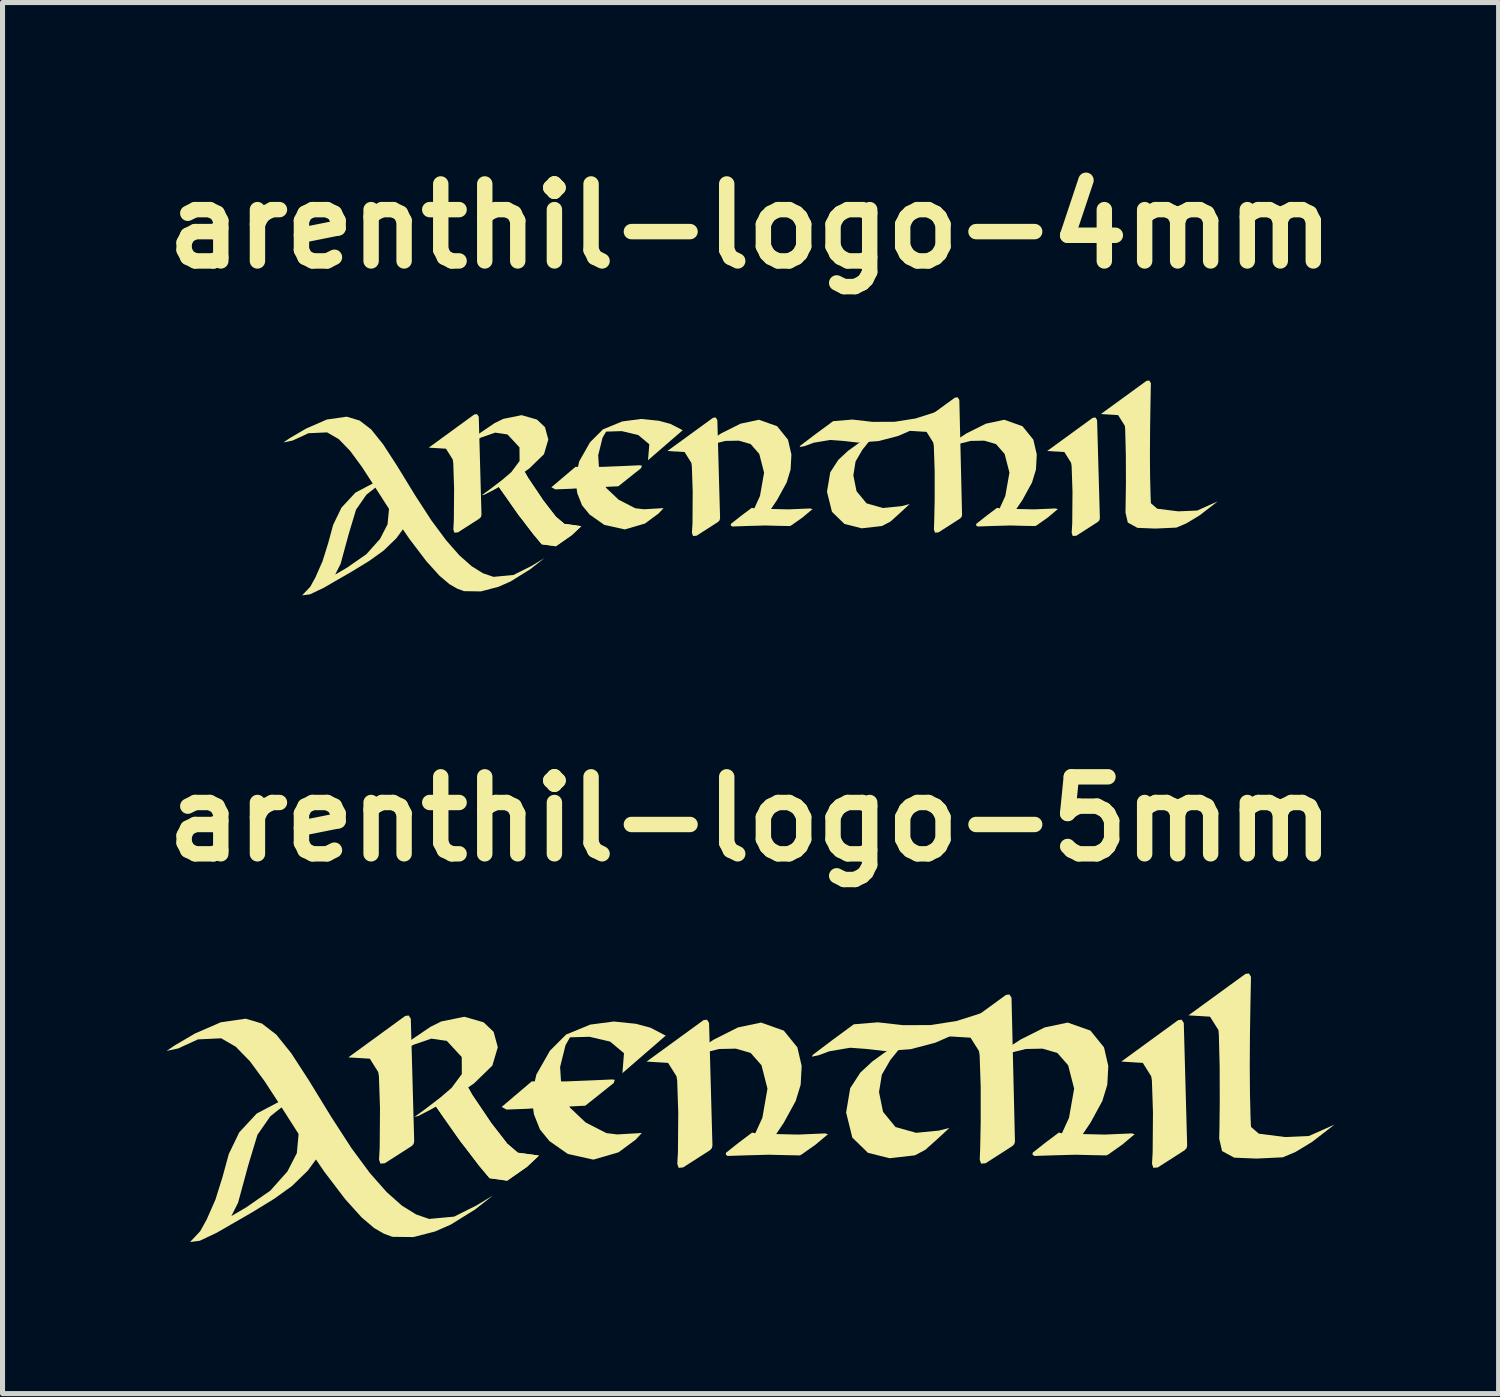
<source format=kicad_pcb>
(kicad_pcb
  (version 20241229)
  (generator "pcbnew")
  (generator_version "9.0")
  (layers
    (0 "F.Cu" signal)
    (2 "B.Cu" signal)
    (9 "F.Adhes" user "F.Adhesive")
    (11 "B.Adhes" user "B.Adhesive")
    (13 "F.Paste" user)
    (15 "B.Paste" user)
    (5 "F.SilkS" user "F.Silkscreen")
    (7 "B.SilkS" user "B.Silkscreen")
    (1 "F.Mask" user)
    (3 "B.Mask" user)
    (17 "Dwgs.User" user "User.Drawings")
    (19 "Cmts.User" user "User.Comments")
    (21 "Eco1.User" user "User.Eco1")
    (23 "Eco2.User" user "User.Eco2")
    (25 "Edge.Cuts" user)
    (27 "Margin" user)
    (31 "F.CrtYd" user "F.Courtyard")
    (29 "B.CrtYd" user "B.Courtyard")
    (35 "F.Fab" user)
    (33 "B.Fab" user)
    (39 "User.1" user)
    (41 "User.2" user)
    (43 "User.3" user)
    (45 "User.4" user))
  (footprint "arenthil-logo-4mm"
    (layer "F.Cu")
    (at 11.807 6.627)
    (property "Reference" "arenthil-logo-4mm" (at 0 -5.201 0) (layer "F.SilkS") (effects (font (size 1.524 1.524) (thickness 0.305))))
    (attr exclude_from_pos_files exclude_from_bom)
    (fp_poly (pts (xy -3.465 -0.436) (xy -3.942 -0.032) (xy -3.864 0.01) (xy -3.547 -0.002) (xy -3.177 -0.026) (xy -2.851 -0.04) (xy -2.617 -0.051) (xy -2.168 -0.409) (xy -2.15 -0.46) (xy -2.195 -0.467) (xy -2.5 -0.453) (xy -2.916 -0.436) (xy -3.247 -0.435) (xy -3.465 -0.436)) (stroke (width 0) (type solid)) (fill yes) (layer "F.SilkS"))
    (fp_poly (pts (xy -6.37 -0.816) (xy -5.468 -1.473) (xy -5.413 -1.479) (xy -5.38 -1.427) (xy -5.326 0.513) (xy -5.336 0.556) (xy -5.366 0.588) (xy -5.792 0.861) (xy -5.863 0.867) (xy -5.883 0.803) (xy -5.873 0.615) (xy -5.868 -0.012) (xy -5.885 -0.517) (xy -5.896 -0.583) (xy -6.029 -0.795) (xy -6.37 -0.816)) (stroke (width 0) (type solid)) (fill yes) (layer "F.SilkS"))
    (fp_poly (pts (xy -4.493 -0.375) (xy -4.404 -0.22) (xy -4.102 0.23) (xy -3.853 0.551) (xy -3.686 0.693) (xy -3.351 0.739) (xy -3.539 0.916) (xy -3.854 1.136) (xy -4.133 1.097) (xy -4.301 0.896) (xy -4.528 0.598) (xy -4.588 0.523) (xy -4.65 0.435) (xy -4.869 0.122) (xy -4.998 -0.061) (xy -4.493 -0.375)) (stroke (width 0) (type solid)) (fill yes) (layer "F.SilkS"))
    (fp_poly (pts (xy -4.493 -0.375) (xy -4.404 -0.22) (xy -4.102 0.23) (xy -3.853 0.551) (xy -3.686 0.693) (xy -3.351 0.739) (xy -3.539 0.916) (xy -3.854 1.136) (xy -4.133 1.097) (xy -4.301 0.896) (xy -4.528 0.598) (xy -4.588 0.523) (xy -4.65 0.435) (xy -4.869 0.122) (xy -4.998 -0.061) (xy -4.493 -0.375)) (stroke (width 0) (type solid)) (fill yes) (layer "F.SilkS"))
    (fp_poly (pts (xy -1.647 -0.749) (xy -0.744 -1.406) (xy -0.689 -1.413) (xy -0.657 -1.361) (xy -0.603 0.58) (xy -0.613 0.623) (xy -0.643 0.655) (xy -1.069 0.928) (xy -1.139 0.933) (xy -1.16 0.869) (xy -1.149 0.681) (xy -1.145 0.054) (xy -1.162 -0.45) (xy -1.173 -0.517) (xy -1.306 -0.729) (xy -1.647 -0.749)) (stroke (width 0) (type solid)) (fill yes) (layer "F.SilkS"))
    (fp_poly (pts (xy 5.871 -0.749) (xy 6.773 -1.406) (xy 6.828 -1.413) (xy 6.86 -1.361) (xy 6.915 0.58) (xy 6.905 0.623) (xy 6.874 0.655) (xy 6.449 0.928) (xy 6.378 0.933) (xy 6.357 0.869) (xy 6.368 0.681) (xy 6.373 0.054) (xy 6.356 -0.45) (xy 6.345 -0.517) (xy 6.212 -0.729) (xy 5.871 -0.749)) (stroke (width 0) (type solid)) (fill yes) (layer "F.SilkS"))
    (fp_poly (pts (xy 3.143 -1.149) (xy 4.046 -1.806) (xy 4.101 -1.812) (xy 4.133 -1.76) (xy 4.187 0.513) (xy 4.177 0.556) (xy 4.147 0.588) (xy 3.721 0.861) (xy 3.651 0.867) (xy 3.63 0.803) (xy 3.636 0.635) (xy 3.645 0.213) (xy 3.645 -0.345) (xy 3.628 -0.85) (xy 3.617 -0.916) (xy 3.484 -1.128) (xy 3.143 -1.149)) (stroke (width 0) (type solid)) (fill yes) (layer "F.SilkS"))
    (fp_poly (pts (xy 0.99 -0.859) (xy 1.303 -1.096) (xy 1.635 -1.34) (xy 2.015 -1.372) (xy 2.417 -1.326) (xy 2.853 -1.328) (xy 3.265 -1.393) (xy 3.695 -1.53) (xy 3.989 -1.634) (xy 3.676 -1.417) (xy 3.34 -1.23) (xy 2.927 -1.049) (xy 2.536 -0.946) (xy 2.129 -0.916) (xy 1.837 -0.949) (xy 1.577 -0.968) (xy 1.249 -0.913) (xy 1.078 -0.849) (xy 0.97 -0.827) (xy 0.99 -0.859)) (stroke (width 0) (type solid)) (fill yes) (layer "F.SilkS"))
    (fp_poly (pts (xy 2.558 -1.182) (xy 2.312 -1.028) (xy 1.929 -0.752) (xy 1.739 -0.576) (xy 1.578 -0.328) (xy 1.513 0.057) (xy 1.612 0.455) (xy 1.859 0.695) (xy 2.201 0.781) (xy 2.602 0.735) (xy 2.769 0.648) (xy 2.981 0.457) (xy 3.149 0.301) (xy 2.983 0.343) (xy 2.622 0.379) (xy 2.296 0.287) (xy 2.098 0.046) (xy 2.035 -0.267) (xy 2.079 -0.542) (xy 2.214 -0.774) (xy 2.359 -0.955) (xy 2.558 -1.182)) (stroke (width 0) (type solid)) (fill yes) (layer "F.SilkS"))
    (fp_poly (pts (xy -5.879 -0.749) (xy -5.872 -0.755) (xy -5.067 -1.301) (xy -4.896 -1.385) (xy -4.532 -1.459) (xy -4.228 -1.372) (xy -4.069 -1.221) (xy -4.003 -0.976) (xy -4.089 -0.686) (xy -4.38 -0.403) (xy -4.475 -0.337) (xy -4.76 -0.163) (xy -5.068 0.012) (xy -5.264 0.113) (xy -5.322 0.126) (xy -5.175 0.021) (xy -4.917 -0.176) (xy -4.734 -0.333) (xy -4.572 -0.552) (xy -4.574 -0.822) (xy -4.811 -1.077) (xy -5.056 -1.113) (xy -5.332 -1.017) (xy -5.697 -0.843) (xy -5.879 -0.749)) (stroke (width 0) (type solid)) (fill yes) (layer "F.SilkS"))
    (fp_poly (pts (xy 7.925 0.284) (xy 7.918 0.119) (xy 7.909 -0.249) (xy 7.906 -0.683) (xy 7.909 -1.189) (xy 7.916 -1.641) (xy 7.922 -1.967) (xy 7.925 -2.092) (xy 7.893 -2.144) (xy 7.838 -2.138) (xy 6.935 -1.481) (xy 7.276 -1.46) (xy 7.409 -1.248) (xy 7.416 -1.179) (xy 7.429 -0.672) (xy 7.431 -0.116) (xy 7.425 0.304) (xy 7.422 0.47) (xy 7.468 0.667) (xy 7.659 0.772) (xy 8.014 0.786) (xy 8.429 0.767) (xy 8.629 0.682) (xy 8.892 0.523) (xy 9.247 0.248) (xy 8.842 0.429) (xy 8.468 0.445) (xy 8.05 0.393) (xy 7.925 0.284)) (stroke (width 0) (type solid)) (fill yes) (layer "F.SilkS"))
    (fp_poly (pts (xy -3.47 -0.201) (xy -3.392 -0.543) (xy -3.177 -0.922) (xy -2.921 -1.178) (xy -2.539 -1.335) (xy -2.165 -1.384) (xy -1.815 -1.348) (xy -1.588 -1.287) (xy -1.343 -1.161) (xy -2.029 -0.567) (xy -2.004 -0.883) (xy -2.223 -1.065) (xy -2.549 -1.143) (xy -2.859 -1.133) (xy -2.93 -1.011) (xy -3.016 -0.664) (xy -2.992 -0.292) (xy -2.858 -0.019) (xy -2.611 0.215) (xy -2.284 0.383) (xy -2.112 0.404) (xy -1.721 0.381) (xy -1.821 0.488) (xy -2.091 0.687) (xy -2.489 0.803) (xy -2.893 0.714) (xy -3.185 0.509) (xy -3.335 0.326) (xy -3.43 0.087) (xy -3.47 -0.201)) (stroke (width 0) (type solid)) (fill yes) (layer "F.SilkS"))
    (fp_poly (pts (xy -6.933 -0.256) (xy -7.088 -0.228) (xy -7.441 -0.126) (xy -7.821 0.074) (xy -8.097 0.371) (xy -8.263 0.714) (xy -8.36 1.072) (xy -8.473 1.434) (xy -8.613 1.752) (xy -8.715 1.937) (xy -8.876 2.108) (xy -8.722 2.088) (xy -8.449 1.959) (xy -8.233 1.833) (xy -7.901 1.642) (xy -7.546 1.425) (xy -7.262 1.221) (xy -7.009 0.976) (xy -6.828 0.726) (xy -6.719 0.469) (xy -6.686 0.057) (xy -7.156 0.39) (xy -7.185 0.7) (xy -7.334 0.991) (xy -7.605 1.294) (xy -7.988 1.56) (xy -8.222 1.697) (xy -8.115 1.485) (xy -7.954 0.893) (xy -7.809 0.411) (xy -7.604 0.116) (xy -7.43 -0.022) (xy -7.138 -0.163) (xy -6.933 -0.256)) (stroke (width 0) (type solid)) (fill yes) (layer "F.SilkS"))
    (fp_poly (pts (xy -1.003 -0.813) (xy -0.881 -0.903) (xy -0.581 -1.099) (xy -0.199 -1.29) (xy 0.166 -1.368) (xy 0.526 -1.24) (xy 0.741 -0.974) (xy 0.809 -0.68) (xy 0.793 -0.382) (xy 0.715 -0.126) (xy 0.527 0.217) (xy 0.406 0.398) (xy 0.754 0.406) (xy 1.179 0.388) (xy 1.227 0.4) (xy 1.03 0.566) (xy 0.818 0.715) (xy 0.783 0.736) (xy 0.559 0.732) (xy 0.287 0.725) (xy -0.069 0.735) (xy -0.362 0.745) (xy -0.391 0.725) (xy -0.388 0.693) (xy -0.186 0.533) (xy 0.025 0.375) (xy 0.075 0.386) (xy 0.187 0.141) (xy 0.268 -0.321) (xy 0.173 -0.691) (xy 0.002 -0.887) (xy -0.233 -0.954) (xy -0.499 -0.949) (xy -0.812 -0.87) (xy -1.003 -0.813)) (stroke (width 0) (type solid)) (fill yes) (layer "F.SilkS"))
    (fp_poly (pts (xy 3.853 -0.813) (xy 3.975 -0.903) (xy 4.276 -1.099) (xy 4.658 -1.29) (xy 5.023 -1.368) (xy 5.383 -1.24) (xy 5.598 -0.974) (xy 5.666 -0.68) (xy 5.65 -0.382) (xy 5.572 -0.126) (xy 5.384 0.217) (xy 5.262 0.398) (xy 5.61 0.406) (xy 6.035 0.388) (xy 6.083 0.4) (xy 5.886 0.566) (xy 5.674 0.715) (xy 5.639 0.736) (xy 5.416 0.732) (xy 5.143 0.725) (xy 4.788 0.735) (xy 4.495 0.745) (xy 4.466 0.725) (xy 4.468 0.693) (xy 4.67 0.533) (xy 4.881 0.375) (xy 4.931 0.386) (xy 5.043 0.141) (xy 5.125 -0.321) (xy 5.03 -0.691) (xy 4.858 -0.887) (xy 4.624 -0.954) (xy 4.357 -0.949) (xy 4.044 -0.87) (xy 3.853 -0.813)) (stroke (width 0) (type solid)) (fill yes) (layer "F.SilkS"))
    (fp_poly (pts (xy -9.247 -0.919) (xy -9.064 -0.957) (xy -8.751 -1.101) (xy -8.382 -1.118) (xy -8.151 -0.984) (xy -7.926 -0.752) (xy -7.696 -0.439) (xy -7.451 -0.062) (xy -7.179 0.362) (xy -6.752 0.992) (xy -6.418 1.431) (xy -6.159 1.718) (xy -5.96 1.887) (xy -5.803 1.977) (xy -5.671 2.025) (xy -5.339 2.03) (xy -4.993 1.94) (xy -4.746 1.831) (xy -4.364 1.593) (xy -4.08 1.371) (xy -4.343 1.53) (xy -4.693 1.705) (xy -5.089 1.742) (xy -5.298 1.67) (xy -5.521 1.531) (xy -5.764 1.316) (xy -6.028 1.015) (xy -6.32 0.621) (xy -6.642 0.124) (xy -6.997 -0.456) (xy -7.274 -0.883) (xy -7.509 -1.176) (xy -7.738 -1.352) (xy -7.994 -1.429) (xy -8.389 -1.372) (xy -8.797 -1.194) (xy -9.118 -1.006) (xy -9.247 -0.919)) (stroke (width 0) (type solid)) (fill yes) (layer "F.SilkS")))
  (footprint "arenthil-logo-5mm"
    (layer "F.Cu")
    (at 11.807 18.901)
    (property "Reference" "arenthil-logo-5mm" (at 0 -5.739 0) (layer "F.SilkS") (effects (font (size 1.524 1.524) (thickness 0.305))))
    (attr exclude_from_pos_files exclude_from_bom)
    (fp_poly (pts (xy -4.331 -0.545) (xy -4.927 -0.039) (xy -4.83 0.013) (xy -4.434 -0.002) (xy -3.971 -0.032) (xy -3.564 -0.049) (xy -3.271 -0.064) (xy -2.71 -0.511) (xy -2.687 -0.576) (xy -2.744 -0.583) (xy -3.124 -0.566) (xy -3.645 -0.545) (xy -4.058 -0.544) (xy -4.331 -0.545)) (stroke (width 0) (type solid)) (fill yes) (layer "F.SilkS"))
    (fp_poly (pts (xy -7.962 -1.02) (xy -6.835 -1.841) (xy -6.766 -1.849) (xy -6.725 -1.784) (xy -6.658 0.641) (xy -6.67 0.695) (xy -6.708 0.735) (xy -7.24 1.076) (xy -7.328 1.083) (xy -7.354 1.004) (xy -7.341 0.768) (xy -7.335 -0.015) (xy -7.356 -0.646) (xy -7.37 -0.729) (xy -7.536 -0.994) (xy -7.962 -1.02)) (stroke (width 0) (type solid)) (fill yes) (layer "F.SilkS"))
    (fp_poly (pts (xy -5.616 -0.469) (xy -5.506 -0.274) (xy -5.127 0.287) (xy -4.816 0.688) (xy -4.607 0.867) (xy -4.189 0.924) (xy -4.424 1.145) (xy -4.818 1.42) (xy -5.166 1.371) (xy -5.376 1.12) (xy -5.66 0.747) (xy -5.734 0.654) (xy -5.812 0.544) (xy -6.087 0.153) (xy -6.247 -0.077) (xy -5.616 -0.469)) (stroke (width 0) (type solid)) (fill yes) (layer "F.SilkS"))
    (fp_poly (pts (xy -5.616 -0.469) (xy -5.506 -0.274) (xy -5.127 0.287) (xy -4.816 0.688) (xy -4.607 0.867) (xy -4.189 0.924) (xy -4.424 1.145) (xy -4.818 1.42) (xy -5.166 1.371) (xy -5.376 1.12) (xy -5.66 0.747) (xy -5.734 0.654) (xy -5.812 0.544) (xy -6.087 0.153) (xy -6.247 -0.077) (xy -5.616 -0.469)) (stroke (width 0) (type solid)) (fill yes) (layer "F.SilkS"))
    (fp_poly (pts (xy -2.058 -0.937) (xy -0.93 -1.758) (xy -0.861 -1.766) (xy -0.821 -1.701) (xy -0.754 0.725) (xy -0.766 0.778) (xy -0.804 0.818) (xy -1.336 1.159) (xy -1.424 1.166) (xy -1.45 1.087) (xy -1.437 0.851) (xy -1.431 0.068) (xy -1.452 -0.563) (xy -1.466 -0.646) (xy -1.632 -0.911) (xy -2.058 -0.937)) (stroke (width 0) (type solid)) (fill yes) (layer "F.SilkS"))
    (fp_poly (pts (xy 7.339 -0.937) (xy 8.466 -1.758) (xy 8.535 -1.766) (xy 8.576 -1.701) (xy 8.643 0.725) (xy 8.631 0.778) (xy 8.593 0.818) (xy 8.061 1.159) (xy 7.973 1.166) (xy 7.947 1.087) (xy 7.96 0.851) (xy 7.966 0.068) (xy 7.945 -0.563) (xy 7.931 -0.646) (xy 7.765 -0.911) (xy 7.339 -0.937)) (stroke (width 0) (type solid)) (fill yes) (layer "F.SilkS"))
    (fp_poly (pts (xy 3.929 -1.436) (xy 5.057 -2.257) (xy 5.126 -2.265) (xy 5.166 -2.2) (xy 5.234 0.641) (xy 5.222 0.695) (xy 5.183 0.735) (xy 4.652 1.076) (xy 4.563 1.083) (xy 4.537 1.004) (xy 4.545 0.794) (xy 4.556 0.266) (xy 4.556 -0.431) (xy 4.535 -1.062) (xy 4.522 -1.145) (xy 4.355 -1.41) (xy 3.929 -1.436)) (stroke (width 0) (type solid)) (fill yes) (layer "F.SilkS"))
    (fp_poly (pts (xy 1.237 -1.074) (xy 1.629 -1.37) (xy 2.044 -1.675) (xy 2.518 -1.714) (xy 3.021 -1.658) (xy 3.566 -1.66) (xy 4.082 -1.741) (xy 4.618 -1.912) (xy 4.986 -2.042) (xy 4.594 -1.772) (xy 4.175 -1.538) (xy 3.659 -1.311) (xy 3.17 -1.182) (xy 2.661 -1.145) (xy 2.297 -1.187) (xy 1.972 -1.211) (xy 1.561 -1.141) (xy 1.348 -1.062) (xy 1.213 -1.034) (xy 1.237 -1.074)) (stroke (width 0) (type solid)) (fill yes) (layer "F.SilkS"))
    (fp_poly (pts (xy 3.198 -1.477) (xy 2.891 -1.285) (xy 2.412 -0.94) (xy 2.174 -0.72) (xy 1.973 -0.41) (xy 1.892 0.071) (xy 2.015 0.568) (xy 2.324 0.869) (xy 2.751 0.976) (xy 3.253 0.919) (xy 3.461 0.809) (xy 3.726 0.571) (xy 3.936 0.376) (xy 3.729 0.429) (xy 3.278 0.473) (xy 2.87 0.359) (xy 2.623 0.058) (xy 2.543 -0.334) (xy 2.599 -0.677) (xy 2.767 -0.968) (xy 2.949 -1.193) (xy 3.198 -1.477)) (stroke (width 0) (type solid)) (fill yes) (layer "F.SilkS"))
    (fp_poly (pts (xy -7.349 -0.937) (xy -7.34 -0.943) (xy -6.334 -1.626) (xy -6.12 -1.732) (xy -5.665 -1.824) (xy -5.285 -1.715) (xy -5.086 -1.526) (xy -5.003 -1.221) (xy -5.111 -0.857) (xy -5.475 -0.504) (xy -5.594 -0.422) (xy -5.951 -0.204) (xy -6.335 0.015) (xy -6.58 0.141) (xy -6.653 0.158) (xy -6.469 0.026) (xy -6.147 -0.22) (xy -5.918 -0.416) (xy -5.715 -0.69) (xy -5.717 -1.027) (xy -6.013 -1.347) (xy -6.32 -1.391) (xy -6.665 -1.272) (xy -7.122 -1.054) (xy -7.349 -0.937)) (stroke (width 0) (type solid)) (fill yes) (layer "F.SilkS"))
    (fp_poly (pts (xy 9.906 0.356) (xy 9.897 0.148) (xy 9.886 -0.311) (xy 9.882 -0.854) (xy 9.886 -1.486) (xy 9.895 -2.052) (xy 9.903 -2.459) (xy 9.906 -2.616) (xy 9.866 -2.681) (xy 9.797 -2.673) (xy 8.669 -1.852) (xy 9.095 -1.826) (xy 9.262 -1.561) (xy 9.27 -1.474) (xy 9.286 -0.84) (xy 9.288 -0.145) (xy 9.282 0.38) (xy 9.277 0.588) (xy 9.334 0.834) (xy 9.574 0.965) (xy 10.017 0.983) (xy 10.537 0.958) (xy 10.786 0.853) (xy 11.115 0.654) (xy 11.559 0.311) (xy 11.053 0.536) (xy 10.585 0.557) (xy 10.062 0.491) (xy 9.906 0.356)) (stroke (width 0) (type solid)) (fill yes) (layer "F.SilkS"))
    (fp_poly (pts (xy -4.338 -0.251) (xy -4.24 -0.679) (xy -3.971 -1.152) (xy -3.651 -1.472) (xy -3.173 -1.669) (xy -2.706 -1.73) (xy -2.269 -1.685) (xy -1.985 -1.609) (xy -1.679 -1.451) (xy -2.536 -0.708) (xy -2.505 -1.103) (xy -2.779 -1.332) (xy -3.187 -1.428) (xy -3.574 -1.417) (xy -3.662 -1.263) (xy -3.77 -0.829) (xy -3.74 -0.365) (xy -3.573 -0.024) (xy -3.264 0.269) (xy -2.854 0.479) (xy -2.64 0.505) (xy -2.152 0.477) (xy -2.276 0.61) (xy -2.613 0.859) (xy -3.111 1.004) (xy -3.616 0.892) (xy -3.981 0.637) (xy -4.168 0.408) (xy -4.287 0.109) (xy -4.338 -0.251)) (stroke (width 0) (type solid)) (fill yes) (layer "F.SilkS"))
    (fp_poly (pts (xy -8.666 -0.32) (xy -8.86 -0.285) (xy -9.301 -0.158) (xy -9.776 0.092) (xy -10.121 0.464) (xy -10.328 0.893) (xy -10.45 1.34) (xy -10.591 1.792) (xy -10.766 2.19) (xy -10.894 2.421) (xy -11.095 2.635) (xy -10.903 2.61) (xy -10.561 2.448) (xy -10.291 2.292) (xy -9.876 2.053) (xy -9.432 1.781) (xy -9.078 1.527) (xy -8.762 1.22) (xy -8.535 0.907) (xy -8.399 0.586) (xy -8.357 0.071) (xy -8.945 0.487) (xy -8.981 0.875) (xy -9.168 1.239) (xy -9.506 1.618) (xy -9.985 1.95) (xy -10.277 2.121) (xy -10.144 1.856) (xy -9.943 1.116) (xy -9.761 0.513) (xy -9.505 0.145) (xy -9.288 -0.027) (xy -8.922 -0.203) (xy -8.666 -0.32)) (stroke (width 0) (type solid)) (fill yes) (layer "F.SilkS"))
    (fp_poly (pts (xy -1.254 -1.017) (xy -1.102 -1.129) (xy -0.726 -1.373) (xy -0.249 -1.613) (xy 0.208 -1.709) (xy 0.658 -1.55) (xy 0.927 -1.218) (xy 1.012 -0.85) (xy 0.992 -0.478) (xy 0.894 -0.157) (xy 0.659 0.272) (xy 0.508 0.498) (xy 0.942 0.508) (xy 1.473 0.485) (xy 1.533 0.5) (xy 1.287 0.707) (xy 1.022 0.894) (xy 0.979 0.92) (xy 0.699 0.915) (xy 0.359 0.907) (xy -0.086 0.919) (xy -0.452 0.931) (xy -0.489 0.907) (xy -0.485 0.867) (xy -0.233 0.667) (xy 0.031 0.469) (xy 0.094 0.482) (xy 0.234 0.176) (xy 0.335 -0.401) (xy 0.217 -0.864) (xy 0.003 -1.108) (xy -0.291 -1.193) (xy -0.624 -1.186) (xy -1.015 -1.088) (xy -1.254 -1.017)) (stroke (width 0) (type solid)) (fill yes) (layer "F.SilkS"))
    (fp_poly (pts (xy 4.816 -1.017) (xy 4.969 -1.129) (xy 5.345 -1.373) (xy 5.822 -1.613) (xy 6.278 -1.709) (xy 6.729 -1.55) (xy 6.997 -1.218) (xy 7.082 -0.85) (xy 7.062 -0.478) (xy 6.964 -0.157) (xy 6.73 0.272) (xy 6.578 0.498) (xy 7.013 0.508) (xy 7.544 0.485) (xy 7.604 0.5) (xy 7.358 0.707) (xy 7.093 0.894) (xy 7.049 0.92) (xy 6.769 0.915) (xy 6.429 0.907) (xy 5.985 0.919) (xy 5.618 0.931) (xy 5.582 0.907) (xy 5.585 0.867) (xy 5.838 0.667) (xy 6.102 0.469) (xy 6.164 0.482) (xy 6.304 0.176) (xy 6.406 -0.401) (xy 6.287 -0.864) (xy 6.073 -1.108) (xy 5.779 -1.193) (xy 5.447 -1.186) (xy 5.056 -1.088) (xy 4.816 -1.017)) (stroke (width 0) (type solid)) (fill yes) (layer "F.SilkS"))
    (fp_poly (pts (xy -11.559 -1.148) (xy -11.33 -1.197) (xy -10.939 -1.376) (xy -10.478 -1.398) (xy -10.189 -1.23) (xy -9.907 -0.94) (xy -9.62 -0.549) (xy -9.313 -0.078) (xy -8.974 0.453) (xy -8.44 1.24) (xy -8.022 1.789) (xy -7.699 2.147) (xy -7.45 2.359) (xy -7.254 2.472) (xy -7.089 2.532) (xy -6.673 2.537) (xy -6.241 2.425) (xy -5.932 2.289) (xy -5.455 1.992) (xy -5.1 1.714) (xy -5.429 1.913) (xy -5.867 2.132) (xy -6.362 2.178) (xy -6.622 2.088) (xy -6.902 1.914) (xy -7.204 1.645) (xy -7.536 1.269) (xy -7.9 0.776) (xy -8.302 0.155) (xy -8.746 -0.57) (xy -9.093 -1.104) (xy -9.387 -1.47) (xy -9.672 -1.69) (xy -9.993 -1.786) (xy -10.486 -1.715) (xy -10.997 -1.493) (xy -11.397 -1.258) (xy -11.559 -1.148)) (stroke (width 0) (type solid)) (fill yes) (layer "F.SilkS")))
  (gr_rect
    (start -3 -3)
    (end 26.615 24.536)
    (stroke (width 0.1) (type default))
    (fill no)
    (layer "Edge.Cuts")))
</source>
